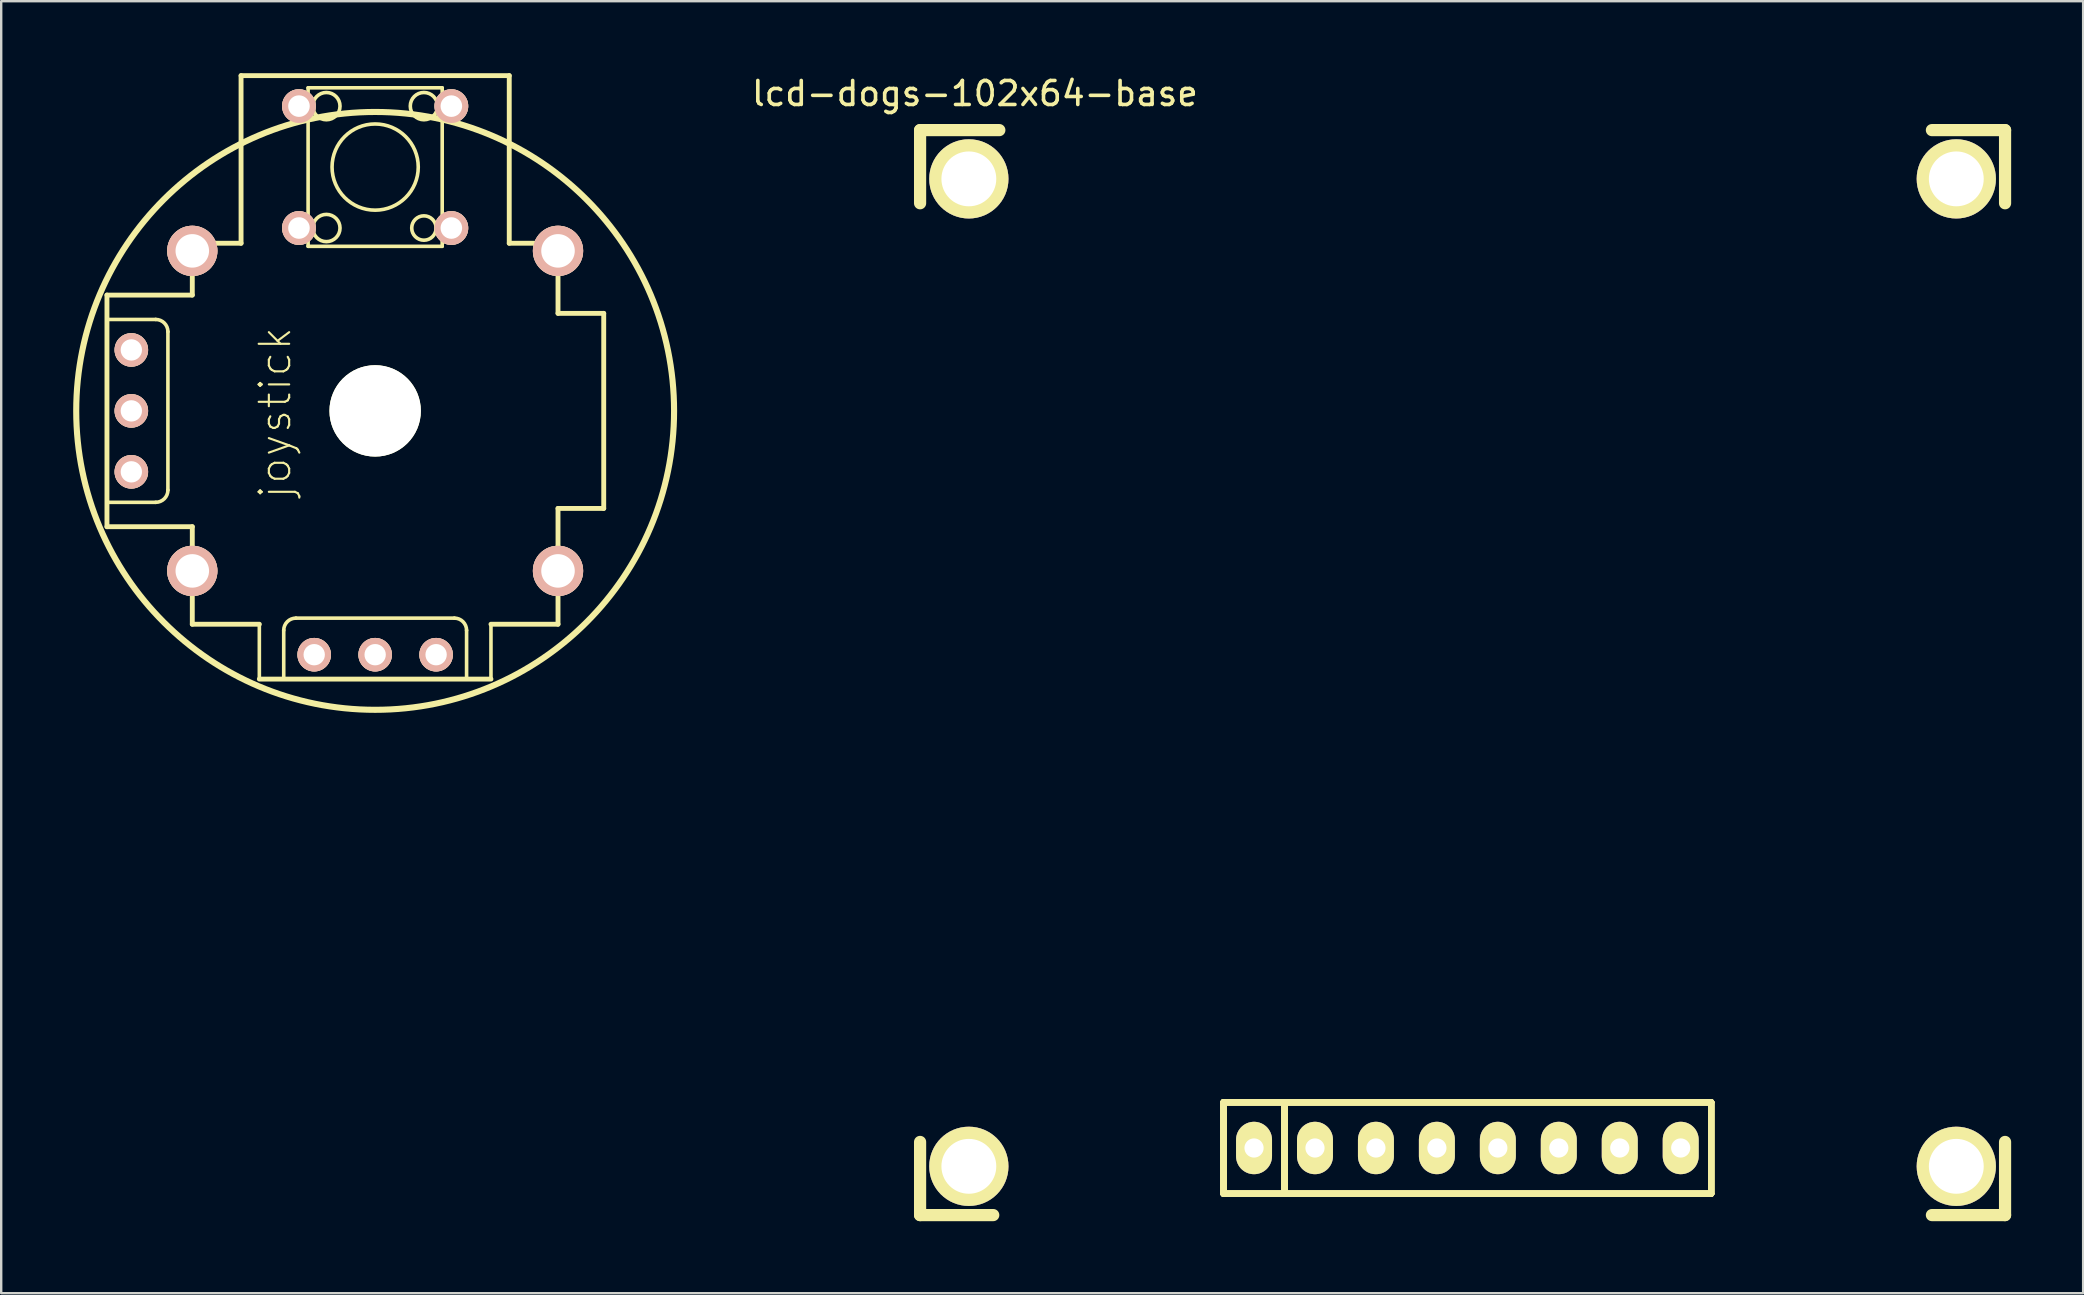
<source format=kicad_pcb>
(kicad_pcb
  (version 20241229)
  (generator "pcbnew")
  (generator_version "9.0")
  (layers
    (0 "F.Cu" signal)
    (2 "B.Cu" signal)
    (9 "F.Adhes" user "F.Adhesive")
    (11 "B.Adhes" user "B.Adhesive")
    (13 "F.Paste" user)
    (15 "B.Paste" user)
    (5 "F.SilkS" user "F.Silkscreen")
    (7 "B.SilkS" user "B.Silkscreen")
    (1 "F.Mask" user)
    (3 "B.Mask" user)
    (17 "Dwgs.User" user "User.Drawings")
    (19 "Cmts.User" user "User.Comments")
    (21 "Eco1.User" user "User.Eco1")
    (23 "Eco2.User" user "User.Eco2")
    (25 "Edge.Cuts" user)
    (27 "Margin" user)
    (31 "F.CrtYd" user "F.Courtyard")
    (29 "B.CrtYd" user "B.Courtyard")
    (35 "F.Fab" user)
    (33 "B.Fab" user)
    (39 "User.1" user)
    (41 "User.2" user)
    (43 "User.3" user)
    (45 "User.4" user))
  (footprint "joystick"
    (layer "F.Cu")
    (at 12.583 14.072)
    (property "Reference" "joystick" (at -4.166 0.076 90) (layer "F.SilkS") (effects (font (size 1.27 1.27) (thickness 0.089))))
    (attr exclude_from_pos_files exclude_from_bom)
    (fp_line (start -11.176 -4.826) (end -11.176 4.826) (stroke (width 0.203) (type solid)) (layer "F.SilkS"))
    (fp_line (start -11.176 -3.81) (end -9.144 -3.81) (stroke (width 0.15) (type solid)) (layer "F.SilkS"))
    (fp_line (start -11.176 3.81) (end -9.144 3.81) (stroke (width 0.15) (type solid)) (layer "F.SilkS"))
    (fp_line (start -8.636 3.302) (end -8.636 -3.302) (stroke (width 0.15) (type solid)) (layer "F.SilkS"))
    (fp_line (start -7.62 -4.826) (end -11.176 -4.826) (stroke (width 0.203) (type solid)) (layer "F.SilkS"))
    (fp_line (start -7.62 -4.826) (end -7.62 -6.985) (stroke (width 0.203) (type solid)) (layer "F.SilkS"))
    (fp_line (start -7.62 4.826) (end -11.176 4.826) (stroke (width 0.203) (type solid)) (layer "F.SilkS"))
    (fp_line (start -7.62 4.826) (end -7.62 8.89) (stroke (width 0.203) (type solid)) (layer "F.SilkS"))
    (fp_line (start -5.588 -13.97) (end -5.588 -6.985) (stroke (width 0.203) (type solid)) (layer "F.SilkS"))
    (fp_line (start -5.588 -6.985) (end -7.62 -6.985) (stroke (width 0.203) (type solid)) (layer "F.SilkS"))
    (fp_line (start -4.826 8.89) (end -7.62 8.89) (stroke (width 0.203) (type solid)) (layer "F.SilkS"))
    (fp_line (start -4.826 8.89) (end -4.826 11.176) (stroke (width 0.15) (type solid)) (layer "F.SilkS"))
    (fp_line (start -3.81 11.176) (end -3.81 9.144) (stroke (width 0.15) (type solid)) (layer "F.SilkS"))
    (fp_line (start -2.794 -13.462) (end -2.794 -6.858) (stroke (width 0.15) (type solid)) (layer "F.SilkS"))
    (fp_line (start -2.794 -6.858) (end 2.794 -6.858) (stroke (width 0.15) (type solid)) (layer "F.SilkS"))
    (fp_line (start 2.794 -13.462) (end -2.794 -13.462) (stroke (width 0.15) (type solid)) (layer "F.SilkS"))
    (fp_line (start 2.794 -6.858) (end 2.794 -13.462) (stroke (width 0.15) (type solid)) (layer "F.SilkS"))
    (fp_line (start 3.302 8.636) (end -3.302 8.636) (stroke (width 0.15) (type solid)) (layer "F.SilkS"))
    (fp_line (start 3.81 11.176) (end 3.81 9.144) (stroke (width 0.15) (type solid)) (layer "F.SilkS"))
    (fp_line (start 4.826 8.89) (end 4.826 11.176) (stroke (width 0.15) (type solid)) (layer "F.SilkS"))
    (fp_line (start 4.826 8.89) (end 7.62 8.89) (stroke (width 0.203) (type solid)) (layer "F.SilkS"))
    (fp_line (start 4.826 11.176) (end -4.826 11.176) (stroke (width 0.203) (type solid)) (layer "F.SilkS"))
    (fp_line (start 5.588 -13.97) (end -5.588 -13.97) (stroke (width 0.203) (type solid)) (layer "F.SilkS"))
    (fp_line (start 5.588 -13.97) (end 5.588 -6.985) (stroke (width 0.203) (type solid)) (layer "F.SilkS"))
    (fp_line (start 7.62 -6.985) (end 5.588 -6.985) (stroke (width 0.203) (type solid)) (layer "F.SilkS"))
    (fp_line (start 7.62 -4.064) (end 7.62 -6.985) (stroke (width 0.203) (type solid)) (layer "F.SilkS"))
    (fp_line (start 7.62 -4.064) (end 9.525 -4.064) (stroke (width 0.203) (type solid)) (layer "F.SilkS"))
    (fp_line (start 7.62 4.064) (end 7.62 8.89) (stroke (width 0.203) (type solid)) (layer "F.SilkS"))
    (fp_line (start 7.62 4.064) (end 9.525 4.064) (stroke (width 0.203) (type solid)) (layer "F.SilkS"))
    (fp_line (start 9.525 -4.064) (end 9.525 4.064) (stroke (width 0.203) (type solid)) (layer "F.SilkS"))
    (fp_arc (start -9.144 -3.81) (mid -8.78479 -3.66121) (end -8.636 -3.302) (stroke (width 0.15) (type solid)) (layer "F.SilkS"))
    (fp_arc (start -8.636 3.302) (mid -8.78479 3.66121) (end -9.144 3.81) (stroke (width 0.15) (type solid)) (layer "F.SilkS"))
    (fp_arc (start -3.81 9.144) (mid -3.66121 8.78479) (end -3.302 8.636) (stroke (width 0.15) (type solid)) (layer "F.SilkS"))
    (fp_arc (start 3.302 8.636) (mid 3.66121 8.78479) (end 3.81 9.144) (stroke (width 0.15) (type solid)) (layer "F.SilkS"))
    (fp_circle (center -2.032 -12.7) (end -1.524 -12.446) (stroke (width 0.15) (type solid)) (fill no) (layer "F.SilkS"))
    (fp_circle (center -2.032 -7.62) (end -1.524 -7.366) (stroke (width 0.15) (type solid)) (fill no) (layer "F.SilkS"))
    (fp_circle (center 0 -10.16) (end 1.27 -8.89) (stroke (width 0.15) (type solid)) (fill no) (layer "F.SilkS"))
    (fp_circle (center 0 0) (end 11.684 4.318) (stroke (width 0.254) (type solid)) (fill no) (layer "F.SilkS"))
    (fp_circle (center 2.032 -12.7) (end 1.778 -12.192) (stroke (width 0.15) (type solid)) (fill no) (layer "F.SilkS"))
    (fp_circle (center 2.032 -7.62) (end 1.524 -7.62) (stroke (width 0.15) (type solid)) (fill no) (layer "F.SilkS"))
    (pad "" np_thru_hole circle (at 0 0) (size 3.81 3.81) (drill 3.81) (layers "*.Cu" "*.Mask" "F.SilkS"))
    (pad "1" thru_hole circle (at -10.16 -2.54) (size 1.397 1.397) (drill 0.889) (layers "*.Cu" "*.Paste" "*.SilkS" "*.Mask"))
    (pad "2" thru_hole circle (at -10.16 0) (size 1.397 1.397) (drill 0.889) (layers "*.Cu" "*.Paste" "*.SilkS" "*.Mask"))
    (pad "3" thru_hole circle (at -10.16 2.54) (size 1.397 1.397) (drill 0.889) (layers "*.Cu" "*.Paste" "*.SilkS" "*.Mask"))
    (pad "4" thru_hole circle (at -2.54 10.16) (size 1.397 1.397) (drill 0.889) (layers "*.Cu" "*.Paste" "*.SilkS" "*.Mask"))
    (pad "5" thru_hole circle (at 0 10.16) (size 1.397 1.397) (drill 0.889) (layers "*.Cu" "*.Paste" "*.SilkS" "*.Mask"))
    (pad "6" thru_hole circle (at 2.54 10.16) (size 1.397 1.397) (drill 0.889) (layers "*.Cu" "*.Paste" "*.SilkS" "*.Mask"))
    (pad "7" thru_hole circle (at -3.175 -12.7) (size 1.407 1.407) (drill 0.899) (layers "*.Cu" "*.Paste" "*.SilkS" "*.Mask"))
    (pad "7" thru_hole circle (at 3.175 -12.7) (size 1.407 1.407) (drill 0.899) (layers "*.Cu" "*.SilkS" "*.Mask" "F.Paste"))
    (pad "8" thru_hole circle (at -3.175 -7.62) (size 1.407 1.407) (drill 0.899) (layers "*.Cu" "*.Paste" "*.SilkS" "*.Mask"))
    (pad "8" thru_hole circle (at 3.175 -7.62) (size 1.407 1.407) (drill 0.899) (layers "*.Cu" "*.Paste" "*.SilkS" "*.Mask"))
    (pad "9" thru_hole circle (at -7.62 -6.668) (size 2.095 2.095) (drill 1.397) (layers "*.Cu" "*.Paste" "*.SilkS" "*.Mask"))
    (pad "9" thru_hole circle (at -7.62 6.668) (size 2.095 2.095) (drill 1.397) (layers "*.Cu" "*.Paste" "*.SilkS" "*.Mask"))
    (pad "9" thru_hole circle (at 7.62 -6.668) (size 2.095 2.095) (drill 1.397) (layers "*.Cu" "*.Paste" "*.SilkS" "*.Mask"))
    (pad "9" thru_hole circle (at 7.62 6.668) (size 2.095 2.095) (drill 1.397) (layers "*.Cu" "*.Paste" "*.SilkS" "*.Mask")))
  (footprint "lcd-dogs-102x64-base"
    (layer "F.Cu")
    (at 57.897 24.978)
    (property "Reference" "lcd-dogs-102x64-base" (at -20.32 -24.13 0) (layer "F.SilkS") (effects (font (size 1 1) (thickness 0.15))))
    (attr through_hole)
    (fp_line (start -22.606 -22.606) (end -22.606 -19.558) (stroke (width 0.508) (type solid)) (layer "F.SilkS"))
    (fp_line (start -22.606 -22.606) (end -19.304 -22.606) (stroke (width 0.508) (type solid)) (layer "F.SilkS"))
    (fp_line (start -22.606 22.606) (end -22.606 19.558) (stroke (width 0.508) (type solid)) (layer "F.SilkS"))
    (fp_line (start -22.606 22.606) (end -19.558 22.606) (stroke (width 0.508) (type solid)) (layer "F.SilkS"))
    (fp_line (start -9.96 17.905) (end 10.36 17.905) (stroke (width 0.254) (type solid)) (layer "F.SilkS"))
    (fp_line (start -9.96 17.905) (end 10.36 17.905) (stroke (width 0.254) (type solid)) (layer "F.SilkS"))
    (fp_line (start -9.96 17.905) (end 10.36 17.905) (stroke (width 0.254) (type solid)) (layer "F.SilkS"))
    (fp_line (start -9.96 17.905) (end 10.36 17.905) (stroke (width 0.254) (type solid)) (layer "F.SilkS"))
    (fp_line (start -9.96 17.905) (end 10.36 17.905) (stroke (width 0.254) (type solid)) (layer "F.SilkS"))
    (fp_line (start -9.96 17.905) (end 10.36 17.905) (stroke (width 0.254) (type solid)) (layer "F.SilkS"))
    (fp_line (start -9.96 17.905) (end 10.36 17.905) (stroke (width 0.254) (type solid)) (layer "F.SilkS"))
    (fp_line (start -9.96 17.905) (end 10.36 17.905) (stroke (width 0.254) (type solid)) (layer "F.SilkS"))
    (fp_line (start -9.96 21.715) (end -9.96 17.905) (stroke (width 0.254) (type solid)) (layer "F.SilkS"))
    (fp_line (start -9.96 21.715) (end -9.96 17.905) (stroke (width 0.254) (type solid)) (layer "F.SilkS"))
    (fp_line (start -9.96 21.715) (end -9.96 17.905) (stroke (width 0.254) (type solid)) (layer "F.SilkS"))
    (fp_line (start -9.96 21.715) (end -9.96 17.905) (stroke (width 0.254) (type solid)) (layer "F.SilkS"))
    (fp_line (start -9.96 21.715) (end -9.96 17.905) (stroke (width 0.254) (type solid)) (layer "F.SilkS"))
    (fp_line (start -9.96 21.715) (end -9.96 17.905) (stroke (width 0.254) (type solid)) (layer "F.SilkS"))
    (fp_line (start -9.96 21.715) (end -9.96 17.905) (stroke (width 0.254) (type solid)) (layer "F.SilkS"))
    (fp_line (start -9.96 21.715) (end -9.96 17.905) (stroke (width 0.254) (type solid)) (layer "F.SilkS"))
    (fp_line (start -7.42 17.905) (end -7.42 21.715) (stroke (width 0.254) (type solid)) (layer "F.SilkS"))
    (fp_line (start -7.42 17.905) (end -7.42 21.715) (stroke (width 0.254) (type solid)) (layer "F.SilkS"))
    (fp_line (start -7.42 17.905) (end -7.42 21.715) (stroke (width 0.254) (type solid)) (layer "F.SilkS"))
    (fp_line (start -7.42 17.905) (end -7.42 21.715) (stroke (width 0.254) (type solid)) (layer "F.SilkS"))
    (fp_line (start -7.42 17.905) (end -7.42 21.715) (stroke (width 0.254) (type solid)) (layer "F.SilkS"))
    (fp_line (start -7.42 17.905) (end -7.42 21.715) (stroke (width 0.254) (type solid)) (layer "F.SilkS"))
    (fp_line (start -7.42 17.905) (end -7.42 21.715) (stroke (width 0.254) (type solid)) (layer "F.SilkS"))
    (fp_line (start -7.42 17.905) (end -7.42 21.715) (stroke (width 0.254) (type solid)) (layer "F.SilkS"))
    (fp_line (start 10.36 17.905) (end 10.36 21.715) (stroke (width 0.254) (type solid)) (layer "F.SilkS"))
    (fp_line (start 10.36 17.905) (end 10.36 21.715) (stroke (width 0.254) (type solid)) (layer "F.SilkS"))
    (fp_line (start 10.36 17.905) (end 10.36 21.715) (stroke (width 0.254) (type solid)) (layer "F.SilkS"))
    (fp_line (start 10.36 17.905) (end 10.36 21.715) (stroke (width 0.254) (type solid)) (layer "F.SilkS"))
    (fp_line (start 10.36 17.905) (end 10.36 21.715) (stroke (width 0.254) (type solid)) (layer "F.SilkS"))
    (fp_line (start 10.36 17.905) (end 10.36 21.715) (stroke (width 0.254) (type solid)) (layer "F.SilkS"))
    (fp_line (start 10.36 17.905) (end 10.36 21.715) (stroke (width 0.254) (type solid)) (layer "F.SilkS"))
    (fp_line (start 10.36 17.905) (end 10.36 21.715) (stroke (width 0.254) (type solid)) (layer "F.SilkS"))
    (fp_line (start 10.36 21.715) (end -9.96 21.715) (stroke (width 0.254) (type solid)) (layer "F.SilkS"))
    (fp_line (start 10.36 21.715) (end -9.96 21.715) (stroke (width 0.254) (type solid)) (layer "F.SilkS"))
    (fp_line (start 10.36 21.715) (end -9.96 21.715) (stroke (width 0.254) (type solid)) (layer "F.SilkS"))
    (fp_line (start 10.36 21.715) (end -9.96 21.715) (stroke (width 0.254) (type solid)) (layer "F.SilkS"))
    (fp_line (start 10.36 21.715) (end -9.96 21.715) (stroke (width 0.254) (type solid)) (layer "F.SilkS"))
    (fp_line (start 10.36 21.715) (end -9.96 21.715) (stroke (width 0.254) (type solid)) (layer "F.SilkS"))
    (fp_line (start 10.36 21.715) (end -9.96 21.715) (stroke (width 0.254) (type solid)) (layer "F.SilkS"))
    (fp_line (start 10.36 21.715) (end -9.96 21.715) (stroke (width 0.254) (type solid)) (layer "F.SilkS"))
    (fp_line (start 22.606 -22.606) (end 19.558 -22.606) (stroke (width 0.508) (type solid)) (layer "F.SilkS"))
    (fp_line (start 22.606 -22.606) (end 22.606 -19.558) (stroke (width 0.508) (type solid)) (layer "F.SilkS"))
    (fp_line (start 22.606 22.606) (end 19.558 22.606) (stroke (width 0.508) (type solid)) (layer "F.SilkS"))
    (fp_line (start 22.606 22.606) (end 22.606 19.558) (stroke (width 0.508) (type solid)) (layer "F.SilkS"))
    (pad "" np_thru_hole circle (at -20.574 -20.574) (size 3.302 3.302) (drill 2.286) (layers "*.Cu" "*.Mask" "F.SilkS"))
    (pad "" np_thru_hole circle (at -20.574 20.574) (size 3.302 3.302) (drill 2.286) (layers "*.Cu" "*.Mask" "F.SilkS"))
    (pad "" np_thru_hole circle (at 20.574 -20.574) (size 3.302 3.302) (drill 2.286) (layers "*.Cu" "*.Mask" "F.SilkS"))
    (pad "" np_thru_hole circle (at 20.574 20.574) (size 3.302 3.302) (drill 2.286) (layers "*.Cu" "*.Mask" "F.SilkS"))
    (pad "1" thru_hole oval (at -8.69 19.81) (size 1.499 2.184) (drill 0.8) (layers "*.Cu" "*.Mask" "F.SilkS"))
    (pad "2" thru_hole oval (at -6.15 19.81) (size 1.499 2.184) (drill 0.8) (layers "*.Cu" "*.Mask" "F.SilkS"))
    (pad "3" thru_hole oval (at -3.61 19.81) (size 1.499 2.184) (drill 0.8) (layers "*.Cu" "*.Mask" "F.SilkS"))
    (pad "4" thru_hole oval (at -1.07 19.81) (size 1.499 2.184) (drill 0.8) (layers "*.Cu" "*.Mask" "F.SilkS"))
    (pad "5" thru_hole oval (at 1.47 19.81) (size 1.499 2.184) (drill 0.8) (layers "*.Cu" "*.Mask" "F.SilkS"))
    (pad "6" thru_hole oval (at 4.01 19.81) (size 1.499 2.184) (drill 0.8) (layers "*.Cu" "*.Mask" "F.SilkS"))
    (pad "7" thru_hole oval (at 6.55 19.81) (size 1.499 2.184) (drill 0.8) (layers "*.Cu" "*.Mask" "F.SilkS"))
    (pad "8" thru_hole oval (at 9.09 19.81) (size 1.499 2.184) (drill 0.8) (layers "*.Cu" "*.Mask" "F.SilkS")))
  (gr_rect
    (start -3 -3)
    (end 83.757 50.838)
    (stroke (width 0.1) (type default))
    (fill no)
    (layer "Edge.Cuts")))
</source>
